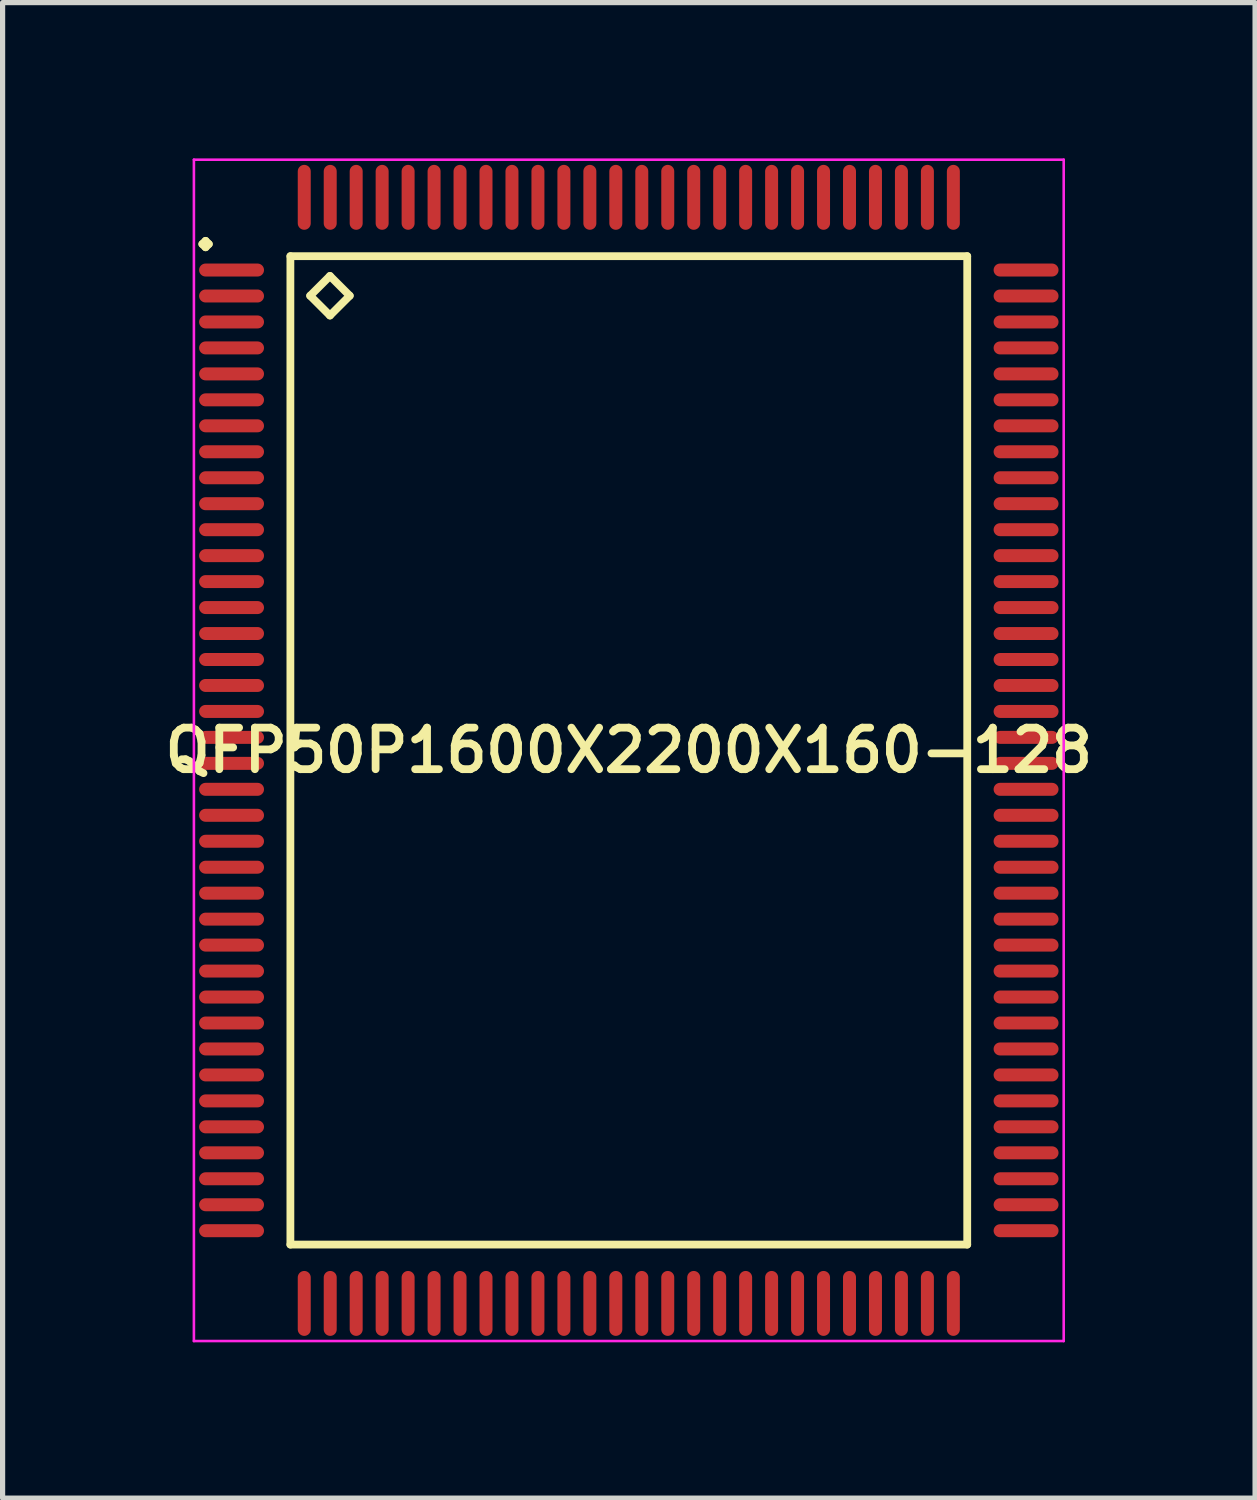
<source format=kicad_pcb>
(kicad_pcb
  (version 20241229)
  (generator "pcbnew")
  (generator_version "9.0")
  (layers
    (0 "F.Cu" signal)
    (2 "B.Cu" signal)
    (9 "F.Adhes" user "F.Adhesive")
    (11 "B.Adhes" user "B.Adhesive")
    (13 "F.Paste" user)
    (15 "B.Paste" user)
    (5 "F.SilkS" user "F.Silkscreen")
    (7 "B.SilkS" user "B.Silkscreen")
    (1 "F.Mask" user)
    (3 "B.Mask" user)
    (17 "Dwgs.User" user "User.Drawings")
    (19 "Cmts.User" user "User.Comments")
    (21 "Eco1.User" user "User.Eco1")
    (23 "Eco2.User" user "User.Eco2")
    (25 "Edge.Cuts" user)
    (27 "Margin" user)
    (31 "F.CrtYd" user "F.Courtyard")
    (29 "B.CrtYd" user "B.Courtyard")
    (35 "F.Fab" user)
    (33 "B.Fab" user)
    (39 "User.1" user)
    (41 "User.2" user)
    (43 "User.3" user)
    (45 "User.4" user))
  (footprint "QFP50P1600X2200X160-128"
    (layer "F.Cu")
    (at 9.059 11.4)
    (property "Reference" "QFP50P1600X2200X160-128" (at 0 0 0) (layer "F.SilkS") (effects (font (size 0.8 0.8) (thickness 0.15))))
    (attr smd)
    (fp_line (start -8.213 -9.75) (end -8.15 -9.812) (stroke (width 0.15) (type solid)) (layer "F.SilkS"))
    (fp_line (start -8.15 -9.812) (end -8.088 -9.75) (stroke (width 0.15) (type solid)) (layer "F.SilkS"))
    (fp_line (start -8.15 -9.688) (end -8.213 -9.75) (stroke (width 0.15) (type solid)) (layer "F.SilkS"))
    (fp_line (start -8.088 -9.75) (end -8.15 -9.688) (stroke (width 0.15) (type solid)) (layer "F.SilkS"))
    (fp_line (start -6.517 -9.517) (end -6.517 9.517) (stroke (width 0.15) (type solid)) (layer "F.SilkS"))
    (fp_line (start -6.517 9.517) (end 6.517 9.517) (stroke (width 0.15) (type solid)) (layer "F.SilkS"))
    (fp_line (start -6.136 -8.755) (end -5.755 -9.136) (stroke (width 0.15) (type solid)) (layer "F.SilkS"))
    (fp_line (start -5.755 -9.136) (end -5.374 -8.755) (stroke (width 0.15) (type solid)) (layer "F.SilkS"))
    (fp_line (start -5.755 -8.374) (end -6.136 -8.755) (stroke (width 0.15) (type solid)) (layer "F.SilkS"))
    (fp_line (start -5.374 -8.755) (end -5.755 -8.374) (stroke (width 0.15) (type solid)) (layer "F.SilkS"))
    (fp_line (start 6.517 -9.517) (end -6.517 -9.517) (stroke (width 0.15) (type solid)) (layer "F.SilkS"))
    (fp_line (start 6.517 9.517) (end 6.517 -9.517) (stroke (width 0.15) (type solid)) (layer "F.SilkS"))
    (fp_line (start -8.375 -11.375) (end 8.375 -11.375) (stroke (width 0.05) (type solid)) (layer "F.CrtYd"))
    (fp_line (start -8.375 11.375) (end -8.375 -11.375) (stroke (width 0.05) (type solid)) (layer "F.CrtYd"))
    (fp_line (start 8.375 -11.375) (end 8.375 11.375) (stroke (width 0.05) (type solid)) (layer "F.CrtYd"))
    (fp_line (start 8.375 11.375) (end -8.375 11.375) (stroke (width 0.05) (type solid)) (layer "F.CrtYd"))
    (pad "1" smd oval (at -7.65 -9.25) (size 1.25 0.25) (layers "F.Cu" "F.Mask" "F.Paste"))
    (pad "2" smd oval (at -7.65 -8.75) (size 1.25 0.25) (layers "F.Cu" "F.Mask" "F.Paste"))
    (pad "3" smd oval (at -7.65 -8.25) (size 1.25 0.25) (layers "F.Cu" "F.Mask" "F.Paste"))
    (pad "4" smd oval (at -7.65 -7.75) (size 1.25 0.25) (layers "F.Cu" "F.Mask" "F.Paste"))
    (pad "5" smd oval (at -7.65 -7.25) (size 1.25 0.25) (layers "F.Cu" "F.Mask" "F.Paste"))
    (pad "6" smd oval (at -7.65 -6.75) (size 1.25 0.25) (layers "F.Cu" "F.Mask" "F.Paste"))
    (pad "7" smd oval (at -7.65 -6.25) (size 1.25 0.25) (layers "F.Cu" "F.Mask" "F.Paste"))
    (pad "8" smd oval (at -7.65 -5.75) (size 1.25 0.25) (layers "F.Cu" "F.Mask" "F.Paste"))
    (pad "9" smd oval (at -7.65 -5.25) (size 1.25 0.25) (layers "F.Cu" "F.Mask" "F.Paste"))
    (pad "10" smd oval (at -7.65 -4.75) (size 1.25 0.25) (layers "F.Cu" "F.Mask" "F.Paste"))
    (pad "11" smd oval (at -7.65 -4.25) (size 1.25 0.25) (layers "F.Cu" "F.Mask" "F.Paste"))
    (pad "12" smd oval (at -7.65 -3.75) (size 1.25 0.25) (layers "F.Cu" "F.Mask" "F.Paste"))
    (pad "13" smd oval (at -7.65 -3.25) (size 1.25 0.25) (layers "F.Cu" "F.Mask" "F.Paste"))
    (pad "14" smd oval (at -7.65 -2.75) (size 1.25 0.25) (layers "F.Cu" "F.Mask" "F.Paste"))
    (pad "15" smd oval (at -7.65 -2.25) (size 1.25 0.25) (layers "F.Cu" "F.Mask" "F.Paste"))
    (pad "16" smd oval (at -7.65 -1.75) (size 1.25 0.25) (layers "F.Cu" "F.Mask" "F.Paste"))
    (pad "17" smd oval (at -7.65 -1.25) (size 1.25 0.25) (layers "F.Cu" "F.Mask" "F.Paste"))
    (pad "18" smd oval (at -7.65 -0.75) (size 1.25 0.25) (layers "F.Cu" "F.Mask" "F.Paste"))
    (pad "19" smd oval (at -7.65 -0.25) (size 1.25 0.25) (layers "F.Cu" "F.Mask" "F.Paste"))
    (pad "20" smd oval (at -7.65 0.25) (size 1.25 0.25) (layers "F.Cu" "F.Mask" "F.Paste"))
    (pad "21" smd oval (at -7.65 0.75) (size 1.25 0.25) (layers "F.Cu" "F.Mask" "F.Paste"))
    (pad "22" smd oval (at -7.65 1.25) (size 1.25 0.25) (layers "F.Cu" "F.Mask" "F.Paste"))
    (pad "23" smd oval (at -7.65 1.75) (size 1.25 0.25) (layers "F.Cu" "F.Mask" "F.Paste"))
    (pad "24" smd oval (at -7.65 2.25) (size 1.25 0.25) (layers "F.Cu" "F.Mask" "F.Paste"))
    (pad "25" smd oval (at -7.65 2.75) (size 1.25 0.25) (layers "F.Cu" "F.Mask" "F.Paste"))
    (pad "26" smd oval (at -7.65 3.25) (size 1.25 0.25) (layers "F.Cu" "F.Mask" "F.Paste"))
    (pad "27" smd oval (at -7.65 3.75) (size 1.25 0.25) (layers "F.Cu" "F.Mask" "F.Paste"))
    (pad "28" smd oval (at -7.65 4.25) (size 1.25 0.25) (layers "F.Cu" "F.Mask" "F.Paste"))
    (pad "29" smd oval (at -7.65 4.75) (size 1.25 0.25) (layers "F.Cu" "F.Mask" "F.Paste"))
    (pad "30" smd oval (at -7.65 5.25) (size 1.25 0.25) (layers "F.Cu" "F.Mask" "F.Paste"))
    (pad "31" smd oval (at -7.65 5.75) (size 1.25 0.25) (layers "F.Cu" "F.Mask" "F.Paste"))
    (pad "32" smd oval (at -7.65 6.25) (size 1.25 0.25) (layers "F.Cu" "F.Mask" "F.Paste"))
    (pad "33" smd oval (at -7.65 6.75) (size 1.25 0.25) (layers "F.Cu" "F.Mask" "F.Paste"))
    (pad "34" smd oval (at -7.65 7.25) (size 1.25 0.25) (layers "F.Cu" "F.Mask" "F.Paste"))
    (pad "35" smd oval (at -7.65 7.75) (size 1.25 0.25) (layers "F.Cu" "F.Mask" "F.Paste"))
    (pad "36" smd oval (at -7.65 8.25) (size 1.25 0.25) (layers "F.Cu" "F.Mask" "F.Paste"))
    (pad "37" smd oval (at -7.65 8.75) (size 1.25 0.25) (layers "F.Cu" "F.Mask" "F.Paste"))
    (pad "38" smd oval (at -7.65 9.25) (size 1.25 0.25) (layers "F.Cu" "F.Mask" "F.Paste"))
    (pad "39" smd oval (at -6.25 10.65) (size 0.25 1.25) (layers "F.Cu" "F.Mask" "F.Paste"))
    (pad "40" smd oval (at -5.75 10.65) (size 0.25 1.25) (layers "F.Cu" "F.Mask" "F.Paste"))
    (pad "41" smd oval (at -5.25 10.65) (size 0.25 1.25) (layers "F.Cu" "F.Mask" "F.Paste"))
    (pad "42" smd oval (at -4.75 10.65) (size 0.25 1.25) (layers "F.Cu" "F.Mask" "F.Paste"))
    (pad "43" smd oval (at -4.25 10.65) (size 0.25 1.25) (layers "F.Cu" "F.Mask" "F.Paste"))
    (pad "44" smd oval (at -3.75 10.65) (size 0.25 1.25) (layers "F.Cu" "F.Mask" "F.Paste"))
    (pad "45" smd oval (at -3.25 10.65) (size 0.25 1.25) (layers "F.Cu" "F.Mask" "F.Paste"))
    (pad "46" smd oval (at -2.75 10.65) (size 0.25 1.25) (layers "F.Cu" "F.Mask" "F.Paste"))
    (pad "47" smd oval (at -2.25 10.65) (size 0.25 1.25) (layers "F.Cu" "F.Mask" "F.Paste"))
    (pad "48" smd oval (at -1.75 10.65) (size 0.25 1.25) (layers "F.Cu" "F.Mask" "F.Paste"))
    (pad "49" smd oval (at -1.25 10.65) (size 0.25 1.25) (layers "F.Cu" "F.Mask" "F.Paste"))
    (pad "50" smd oval (at -0.75 10.65) (size 0.25 1.25) (layers "F.Cu" "F.Mask" "F.Paste"))
    (pad "51" smd oval (at -0.25 10.65) (size 0.25 1.25) (layers "F.Cu" "F.Mask" "F.Paste"))
    (pad "52" smd oval (at 0.25 10.65) (size 0.25 1.25) (layers "F.Cu" "F.Mask" "F.Paste"))
    (pad "53" smd oval (at 0.75 10.65) (size 0.25 1.25) (layers "F.Cu" "F.Mask" "F.Paste"))
    (pad "54" smd oval (at 1.25 10.65) (size 0.25 1.25) (layers "F.Cu" "F.Mask" "F.Paste"))
    (pad "55" smd oval (at 1.75 10.65) (size 0.25 1.25) (layers "F.Cu" "F.Mask" "F.Paste"))
    (pad "56" smd oval (at 2.25 10.65) (size 0.25 1.25) (layers "F.Cu" "F.Mask" "F.Paste"))
    (pad "57" smd oval (at 2.75 10.65) (size 0.25 1.25) (layers "F.Cu" "F.Mask" "F.Paste"))
    (pad "58" smd oval (at 3.25 10.65) (size 0.25 1.25) (layers "F.Cu" "F.Mask" "F.Paste"))
    (pad "59" smd oval (at 3.75 10.65) (size 0.25 1.25) (layers "F.Cu" "F.Mask" "F.Paste"))
    (pad "60" smd oval (at 4.25 10.65) (size 0.25 1.25) (layers "F.Cu" "F.Mask" "F.Paste"))
    (pad "61" smd oval (at 4.75 10.65) (size 0.25 1.25) (layers "F.Cu" "F.Mask" "F.Paste"))
    (pad "62" smd oval (at 5.25 10.65) (size 0.25 1.25) (layers "F.Cu" "F.Mask" "F.Paste"))
    (pad "63" smd oval (at 5.75 10.65) (size 0.25 1.25) (layers "F.Cu" "F.Mask" "F.Paste"))
    (pad "64" smd oval (at 6.25 10.65) (size 0.25 1.25) (layers "F.Cu" "F.Mask" "F.Paste"))
    (pad "65" smd oval (at 7.65 9.25) (size 1.25 0.25) (layers "F.Cu" "F.Mask" "F.Paste"))
    (pad "66" smd oval (at 7.65 8.75) (size 1.25 0.25) (layers "F.Cu" "F.Mask" "F.Paste"))
    (pad "67" smd oval (at 7.65 8.25) (size 1.25 0.25) (layers "F.Cu" "F.Mask" "F.Paste"))
    (pad "68" smd oval (at 7.65 7.75) (size 1.25 0.25) (layers "F.Cu" "F.Mask" "F.Paste"))
    (pad "69" smd oval (at 7.65 7.25) (size 1.25 0.25) (layers "F.Cu" "F.Mask" "F.Paste"))
    (pad "70" smd oval (at 7.65 6.75) (size 1.25 0.25) (layers "F.Cu" "F.Mask" "F.Paste"))
    (pad "71" smd oval (at 7.65 6.25) (size 1.25 0.25) (layers "F.Cu" "F.Mask" "F.Paste"))
    (pad "72" smd oval (at 7.65 5.75) (size 1.25 0.25) (layers "F.Cu" "F.Mask" "F.Paste"))
    (pad "73" smd oval (at 7.65 5.25) (size 1.25 0.25) (layers "F.Cu" "F.Mask" "F.Paste"))
    (pad "74" smd oval (at 7.65 4.75) (size 1.25 0.25) (layers "F.Cu" "F.Mask" "F.Paste"))
    (pad "75" smd oval (at 7.65 4.25) (size 1.25 0.25) (layers "F.Cu" "F.Mask" "F.Paste"))
    (pad "76" smd oval (at 7.65 3.75) (size 1.25 0.25) (layers "F.Cu" "F.Mask" "F.Paste"))
    (pad "77" smd oval (at 7.65 3.25) (size 1.25 0.25) (layers "F.Cu" "F.Mask" "F.Paste"))
    (pad "78" smd oval (at 7.65 2.75) (size 1.25 0.25) (layers "F.Cu" "F.Mask" "F.Paste"))
    (pad "79" smd oval (at 7.65 2.25) (size 1.25 0.25) (layers "F.Cu" "F.Mask" "F.Paste"))
    (pad "80" smd oval (at 7.65 1.75) (size 1.25 0.25) (layers "F.Cu" "F.Mask" "F.Paste"))
    (pad "81" smd oval (at 7.65 1.25) (size 1.25 0.25) (layers "F.Cu" "F.Mask" "F.Paste"))
    (pad "82" smd oval (at 7.65 0.75) (size 1.25 0.25) (layers "F.Cu" "F.Mask" "F.Paste"))
    (pad "83" smd oval (at 7.65 0.25) (size 1.25 0.25) (layers "F.Cu" "F.Mask" "F.Paste"))
    (pad "84" smd oval (at 7.65 -0.25) (size 1.25 0.25) (layers "F.Cu" "F.Mask" "F.Paste"))
    (pad "85" smd oval (at 7.65 -0.75) (size 1.25 0.25) (layers "F.Cu" "F.Mask" "F.Paste"))
    (pad "86" smd oval (at 7.65 -1.25) (size 1.25 0.25) (layers "F.Cu" "F.Mask" "F.Paste"))
    (pad "87" smd oval (at 7.65 -1.75) (size 1.25 0.25) (layers "F.Cu" "F.Mask" "F.Paste"))
    (pad "88" smd oval (at 7.65 -2.25) (size 1.25 0.25) (layers "F.Cu" "F.Mask" "F.Paste"))
    (pad "89" smd oval (at 7.65 -2.75) (size 1.25 0.25) (layers "F.Cu" "F.Mask" "F.Paste"))
    (pad "90" smd oval (at 7.65 -3.25) (size 1.25 0.25) (layers "F.Cu" "F.Mask" "F.Paste"))
    (pad "91" smd oval (at 7.65 -3.75) (size 1.25 0.25) (layers "F.Cu" "F.Mask" "F.Paste"))
    (pad "92" smd oval (at 7.65 -4.25) (size 1.25 0.25) (layers "F.Cu" "F.Mask" "F.Paste"))
    (pad "93" smd oval (at 7.65 -4.75) (size 1.25 0.25) (layers "F.Cu" "F.Mask" "F.Paste"))
    (pad "94" smd oval (at 7.65 -5.25) (size 1.25 0.25) (layers "F.Cu" "F.Mask" "F.Paste"))
    (pad "95" smd oval (at 7.65 -5.75) (size 1.25 0.25) (layers "F.Cu" "F.Mask" "F.Paste"))
    (pad "96" smd oval (at 7.65 -6.25) (size 1.25 0.25) (layers "F.Cu" "F.Mask" "F.Paste"))
    (pad "97" smd oval (at 7.65 -6.75) (size 1.25 0.25) (layers "F.Cu" "F.Mask" "F.Paste"))
    (pad "98" smd oval (at 7.65 -7.25) (size 1.25 0.25) (layers "F.Cu" "F.Mask" "F.Paste"))
    (pad "99" smd oval (at 7.65 -7.75) (size 1.25 0.25) (layers "F.Cu" "F.Mask" "F.Paste"))
    (pad "100" smd oval (at 7.65 -8.25) (size 1.25 0.25) (layers "F.Cu" "F.Mask" "F.Paste"))
    (pad "101" smd oval (at 7.65 -8.75) (size 1.25 0.25) (layers "F.Cu" "F.Mask" "F.Paste"))
    (pad "102" smd oval (at 7.65 -9.25) (size 1.25 0.25) (layers "F.Cu" "F.Mask" "F.Paste"))
    (pad "103" smd oval (at 6.25 -10.65) (size 0.25 1.25) (layers "F.Cu" "F.Mask" "F.Paste"))
    (pad "104" smd oval (at 5.75 -10.65) (size 0.25 1.25) (layers "F.Cu" "F.Mask" "F.Paste"))
    (pad "105" smd oval (at 5.25 -10.65) (size 0.25 1.25) (layers "F.Cu" "F.Mask" "F.Paste"))
    (pad "106" smd oval (at 4.75 -10.65) (size 0.25 1.25) (layers "F.Cu" "F.Mask" "F.Paste"))
    (pad "107" smd oval (at 4.25 -10.65) (size 0.25 1.25) (layers "F.Cu" "F.Mask" "F.Paste"))
    (pad "108" smd oval (at 3.75 -10.65) (size 0.25 1.25) (layers "F.Cu" "F.Mask" "F.Paste"))
    (pad "109" smd oval (at 3.25 -10.65) (size 0.25 1.25) (layers "F.Cu" "F.Mask" "F.Paste"))
    (pad "110" smd oval (at 2.75 -10.65) (size 0.25 1.25) (layers "F.Cu" "F.Mask" "F.Paste"))
    (pad "111" smd oval (at 2.25 -10.65) (size 0.25 1.25) (layers "F.Cu" "F.Mask" "F.Paste"))
    (pad "112" smd oval (at 1.75 -10.65) (size 0.25 1.25) (layers "F.Cu" "F.Mask" "F.Paste"))
    (pad "113" smd oval (at 1.25 -10.65) (size 0.25 1.25) (layers "F.Cu" "F.Mask" "F.Paste"))
    (pad "114" smd oval (at 0.75 -10.65) (size 0.25 1.25) (layers "F.Cu" "F.Mask" "F.Paste"))
    (pad "115" smd oval (at 0.25 -10.65) (size 0.25 1.25) (layers "F.Cu" "F.Mask" "F.Paste"))
    (pad "116" smd oval (at -0.25 -10.65) (size 0.25 1.25) (layers "F.Cu" "F.Mask" "F.Paste"))
    (pad "117" smd oval (at -0.75 -10.65) (size 0.25 1.25) (layers "F.Cu" "F.Mask" "F.Paste"))
    (pad "118" smd oval (at -1.25 -10.65) (size 0.25 1.25) (layers "F.Cu" "F.Mask" "F.Paste"))
    (pad "119" smd oval (at -1.75 -10.65) (size 0.25 1.25) (layers "F.Cu" "F.Mask" "F.Paste"))
    (pad "120" smd oval (at -2.25 -10.65) (size 0.25 1.25) (layers "F.Cu" "F.Mask" "F.Paste"))
    (pad "121" smd oval (at -2.75 -10.65) (size 0.25 1.25) (layers "F.Cu" "F.Mask" "F.Paste"))
    (pad "122" smd oval (at -3.25 -10.65) (size 0.25 1.25) (layers "F.Cu" "F.Mask" "F.Paste"))
    (pad "123" smd oval (at -3.75 -10.65) (size 0.25 1.25) (layers "F.Cu" "F.Mask" "F.Paste"))
    (pad "124" smd oval (at -4.25 -10.65) (size 0.25 1.25) (layers "F.Cu" "F.Mask" "F.Paste"))
    (pad "125" smd oval (at -4.75 -10.65) (size 0.25 1.25) (layers "F.Cu" "F.Mask" "F.Paste"))
    (pad "126" smd oval (at -5.25 -10.65) (size 0.25 1.25) (layers "F.Cu" "F.Mask" "F.Paste"))
    (pad "127" smd oval (at -5.75 -10.65) (size 0.25 1.25) (layers "F.Cu" "F.Mask" "F.Paste"))
    (pad "128" smd oval (at -6.25 -10.65) (size 0.25 1.25) (layers "F.Cu" "F.Mask" "F.Paste")))
  (gr_rect
    (start -3 -3)
    (end 21.119 25.8)
    (stroke (width 0.1) (type default))
    (fill no)
    (layer "Edge.Cuts")))
</source>
